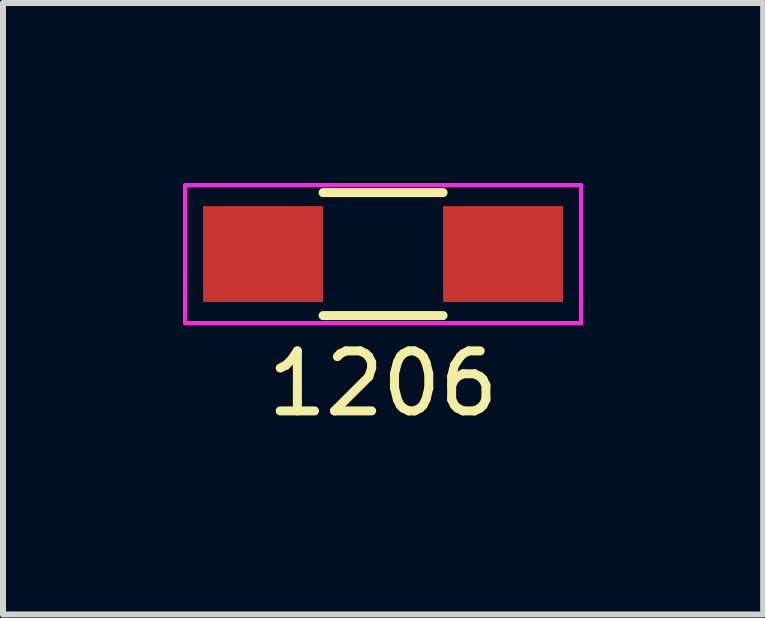
<source format=kicad_pcb>
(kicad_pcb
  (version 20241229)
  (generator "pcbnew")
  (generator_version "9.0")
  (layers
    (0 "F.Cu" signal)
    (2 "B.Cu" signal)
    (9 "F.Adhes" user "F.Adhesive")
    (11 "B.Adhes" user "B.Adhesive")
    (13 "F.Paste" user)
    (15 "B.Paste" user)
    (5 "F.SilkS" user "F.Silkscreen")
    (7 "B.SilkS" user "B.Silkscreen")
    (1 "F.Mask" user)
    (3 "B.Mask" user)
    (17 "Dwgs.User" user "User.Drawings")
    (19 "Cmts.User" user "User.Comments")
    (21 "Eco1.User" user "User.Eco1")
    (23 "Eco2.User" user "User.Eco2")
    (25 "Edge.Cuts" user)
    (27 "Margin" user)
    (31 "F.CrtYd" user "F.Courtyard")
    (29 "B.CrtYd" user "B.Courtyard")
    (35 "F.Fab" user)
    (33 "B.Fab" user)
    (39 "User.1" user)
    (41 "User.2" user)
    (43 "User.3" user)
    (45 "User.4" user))
  (footprint "1206"
    (layer "F.Cu")
    (at 3.335 1.185)
    (property "Reference" "1206" (at 0 2.159 0) (layer "F.SilkS") (effects (font (size 1 1) (thickness 0.15))))
    (attr through_hole)
    (fp_line (start -1 -1.025) (end 1 -1.025) (stroke (width 0.15) (type solid)) (layer "F.SilkS"))
    (fp_line (start -1 1.025) (end 1 1.025) (stroke (width 0.15) (type solid)) (layer "F.SilkS"))
    (fp_line (start -3.3 -1.15) (end -3.3 1.15) (stroke (width 0.07) (type solid)) (layer "F.CrtYd"))
    (fp_line (start -3.3 1.15) (end 3.3 1.15) (stroke (width 0.07) (type solid)) (layer "F.CrtYd"))
    (fp_line (start 3.3 -1.15) (end -3.3 -1.15) (stroke (width 0.07) (type solid)) (layer "F.CrtYd"))
    (fp_line (start 3.3 -1.15) (end 3.3 1.15) (stroke (width 0.07) (type solid)) (layer "F.CrtYd"))
    (pad "1" smd rect (at -2 0) (size 2 1.6) (layers "F.Cu" "F.Mask" "F.Paste"))
    (pad "2" smd rect (at 2 0) (size 2 1.6) (layers "F.Cu" "F.Mask" "F.Paste")))
  (gr_rect
    (start -3 -3)
    (end 9.67 7.192)
    (stroke (width 0.1) (type default))
    (fill no)
    (layer "Edge.Cuts")))
</source>
